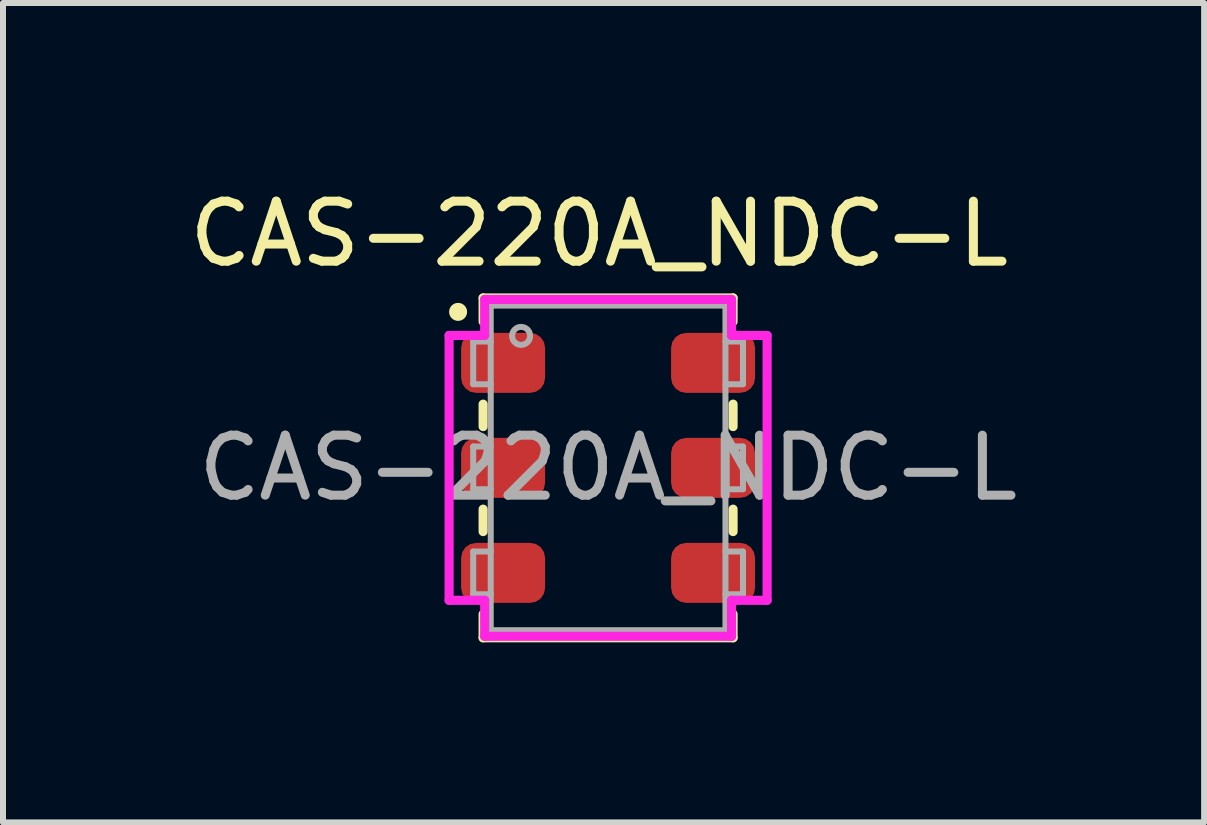
<source format=kicad_pcb>
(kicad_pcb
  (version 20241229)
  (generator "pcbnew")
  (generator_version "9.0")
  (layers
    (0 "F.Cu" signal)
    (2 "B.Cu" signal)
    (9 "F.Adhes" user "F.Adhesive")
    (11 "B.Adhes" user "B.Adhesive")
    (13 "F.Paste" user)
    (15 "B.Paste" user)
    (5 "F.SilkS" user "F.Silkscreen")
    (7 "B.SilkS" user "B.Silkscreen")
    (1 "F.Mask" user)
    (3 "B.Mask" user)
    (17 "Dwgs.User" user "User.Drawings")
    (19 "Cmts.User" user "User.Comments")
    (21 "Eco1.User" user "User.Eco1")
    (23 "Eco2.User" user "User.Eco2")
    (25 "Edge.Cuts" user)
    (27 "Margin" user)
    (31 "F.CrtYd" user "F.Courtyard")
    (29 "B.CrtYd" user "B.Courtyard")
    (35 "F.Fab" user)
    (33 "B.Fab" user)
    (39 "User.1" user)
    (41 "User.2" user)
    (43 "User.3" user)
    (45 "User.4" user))
  (footprint "CAS-220A_NDC-L"
    (layer "F.Cu")
    (at 7.085 4.748)
    (property "Reference" "CAS-220A_NDC-L" (at -0.15 -3.9 0) (unlocked yes) (layer "F.SilkS") (effects (font (size 1 1) (thickness 0.15))))
    (attr smd)
    (fp_line (start -2.083 -2.832) (end -2.083 -2.438) (stroke (width 0.152) (type solid)) (layer "F.SilkS"))
    (fp_line (start -2.083 -1.062) (end -2.083 -0.688) (stroke (width 0.152) (type solid)) (layer "F.SilkS"))
    (fp_line (start -2.083 0.688) (end -2.083 1.062) (stroke (width 0.152) (type solid)) (layer "F.SilkS"))
    (fp_line (start -2.083 2.438) (end -2.083 2.832) (stroke (width 0.152) (type solid)) (layer "F.SilkS"))
    (fp_line (start -2.083 2.832) (end 2.083 2.832) (stroke (width 0.152) (type solid)) (layer "F.SilkS"))
    (fp_line (start 2.083 -2.832) (end -2.083 -2.832) (stroke (width 0.152) (type solid)) (layer "F.SilkS"))
    (fp_line (start 2.083 -2.438) (end 2.083 -2.832) (stroke (width 0.152) (type solid)) (layer "F.SilkS"))
    (fp_line (start 2.083 -0.688) (end 2.083 -1.062) (stroke (width 0.152) (type solid)) (layer "F.SilkS"))
    (fp_line (start 2.083 1.062) (end 2.083 0.688) (stroke (width 0.152) (type solid)) (layer "F.SilkS"))
    (fp_line (start 2.083 2.832) (end 2.083 2.438) (stroke (width 0.152) (type solid)) (layer "F.SilkS"))
    (fp_circle (center -2.5 -2.6) (end -2.4 -2.6) (stroke (width 0.1) (type solid)) (fill yes) (layer "F.SilkS"))
    (fp_line (start -2.65 -2.207) (end -2.057 -2.207) (stroke (width 0.152) (type solid)) (layer "F.CrtYd"))
    (fp_line (start -2.65 2.207) (end -2.65 -2.207) (stroke (width 0.152) (type solid)) (layer "F.CrtYd"))
    (fp_line (start -2.65 2.207) (end -2.057 2.207) (stroke (width 0.152) (type solid)) (layer "F.CrtYd"))
    (fp_line (start -2.057 -2.807) (end 2.057 -2.807) (stroke (width 0.152) (type solid)) (layer "F.CrtYd"))
    (fp_line (start -2.057 -2.207) (end -2.057 -2.807) (stroke (width 0.152) (type solid)) (layer "F.CrtYd"))
    (fp_line (start -2.057 2.807) (end -2.057 2.207) (stroke (width 0.152) (type solid)) (layer "F.CrtYd"))
    (fp_line (start 2.057 -2.807) (end 2.057 -2.207) (stroke (width 0.152) (type solid)) (layer "F.CrtYd"))
    (fp_line (start 2.057 2.207) (end 2.057 2.807) (stroke (width 0.152) (type solid)) (layer "F.CrtYd"))
    (fp_line (start 2.057 2.807) (end -2.057 2.807) (stroke (width 0.152) (type solid)) (layer "F.CrtYd"))
    (fp_line (start 2.65 -2.207) (end 2.057 -2.207) (stroke (width 0.152) (type solid)) (layer "F.CrtYd"))
    (fp_line (start 2.65 -2.207) (end 2.65 2.207) (stroke (width 0.152) (type solid)) (layer "F.CrtYd"))
    (fp_line (start 2.65 2.207) (end 2.057 2.207) (stroke (width 0.152) (type solid)) (layer "F.CrtYd"))
    (fp_line (start -2.248 -2.106) (end -2.248 -1.394) (stroke (width 0.1) (type solid)) (layer "F.Fab"))
    (fp_line (start -2.248 -1.394) (end -1.956 -1.394) (stroke (width 0.1) (type solid)) (layer "F.Fab"))
    (fp_line (start -2.248 -0.356) (end -2.248 0.356) (stroke (width 0.1) (type solid)) (layer "F.Fab"))
    (fp_line (start -2.248 0.356) (end -1.956 0.356) (stroke (width 0.1) (type solid)) (layer "F.Fab"))
    (fp_line (start -2.248 1.394) (end -2.248 2.106) (stroke (width 0.1) (type solid)) (layer "F.Fab"))
    (fp_line (start -2.248 2.106) (end -1.956 2.106) (stroke (width 0.1) (type solid)) (layer "F.Fab"))
    (fp_line (start -1.956 -2.705) (end -1.956 2.705) (stroke (width 0.1) (type solid)) (layer "F.Fab"))
    (fp_line (start -1.956 -2.106) (end -2.248 -2.106) (stroke (width 0.1) (type solid)) (layer "F.Fab"))
    (fp_line (start -1.956 -1.394) (end -1.956 -2.106) (stroke (width 0.025) (type solid)) (layer "F.Fab"))
    (fp_line (start -1.956 -0.356) (end -2.248 -0.356) (stroke (width 0.1) (type solid)) (layer "F.Fab"))
    (fp_line (start -1.956 0.356) (end -1.956 -0.356) (stroke (width 0.025) (type solid)) (layer "F.Fab"))
    (fp_line (start -1.956 1.394) (end -2.248 1.394) (stroke (width 0.1) (type solid)) (layer "F.Fab"))
    (fp_line (start -1.956 2.106) (end -1.956 1.394) (stroke (width 0.025) (type solid)) (layer "F.Fab"))
    (fp_line (start -1.956 2.705) (end 1.956 2.705) (stroke (width 0.1) (type solid)) (layer "F.Fab"))
    (fp_line (start 1.956 -2.705) (end -1.956 -2.705) (stroke (width 0.1) (type solid)) (layer "F.Fab"))
    (fp_line (start 1.956 -2.106) (end 1.956 -1.394) (stroke (width 0.025) (type solid)) (layer "F.Fab"))
    (fp_line (start 1.956 -1.394) (end 2.248 -1.394) (stroke (width 0.1) (type solid)) (layer "F.Fab"))
    (fp_line (start 1.956 -0.356) (end 1.956 0.356) (stroke (width 0.025) (type solid)) (layer "F.Fab"))
    (fp_line (start 1.956 0.356) (end 2.248 0.356) (stroke (width 0.1) (type solid)) (layer "F.Fab"))
    (fp_line (start 1.956 1.394) (end 1.956 2.106) (stroke (width 0.025) (type solid)) (layer "F.Fab"))
    (fp_line (start 1.956 2.106) (end 2.248 2.106) (stroke (width 0.1) (type solid)) (layer "F.Fab"))
    (fp_line (start 1.956 2.705) (end 1.956 -2.705) (stroke (width 0.1) (type solid)) (layer "F.Fab"))
    (fp_line (start 2.248 -2.106) (end 1.956 -2.106) (stroke (width 0.1) (type solid)) (layer "F.Fab"))
    (fp_line (start 2.248 -1.394) (end 2.248 -2.106) (stroke (width 0.1) (type solid)) (layer "F.Fab"))
    (fp_line (start 2.248 -0.356) (end 1.956 -0.356) (stroke (width 0.1) (type solid)) (layer "F.Fab"))
    (fp_line (start 2.248 0.356) (end 2.248 -0.356) (stroke (width 0.1) (type solid)) (layer "F.Fab"))
    (fp_line (start 2.248 1.394) (end 1.956 1.394) (stroke (width 0.1) (type solid)) (layer "F.Fab"))
    (fp_line (start 2.248 2.106) (end 2.248 1.394) (stroke (width 0.1) (type solid)) (layer "F.Fab"))
    (fp_circle (center -1.45 -2.2) (end -1.3 -2.2) (stroke (width 0.1) (type solid)) (fill no) (layer "F.Fab"))
    (fp_text user "${REFERENCE}" (at 0 0 0) (layer "F.Fab") (effects (font (size 1 1) (thickness 0.15))))
    (pad "1" smd roundrect (at -1.75 -1.75) (size 1.4 1) (layers "F.Cu" "F.Mask" "F.Paste") (roundrect_rratio 0.25))
    (pad "2" smd roundrect (at -1.75 0) (size 1.4 1) (layers "F.Cu" "F.Mask" "F.Paste") (roundrect_rratio 0.25))
    (pad "3" smd roundrect (at -1.75 1.75) (size 1.4 1) (layers "F.Cu" "F.Mask" "F.Paste") (roundrect_rratio 0.25))
    (pad "4" smd roundrect (at 1.75 -1.75) (size 1.4 1) (layers "F.Cu" "F.Mask" "F.Paste") (roundrect_rratio 0.25))
    (pad "5" smd roundrect (at 1.75 0) (size 1.4 1) (layers "F.Cu" "F.Mask" "F.Paste") (roundrect_rratio 0.25))
    (pad "6" smd roundrect (at 1.75 1.75) (size 1.4 1) (layers "F.Cu" "F.Mask" "F.Paste") (roundrect_rratio 0.25)))
  (gr_rect
    (start -3 -3)
    (end 17.019 10.657)
    (stroke (width 0.1) (type default))
    (fill no)
    (layer "Edge.Cuts")))
</source>
